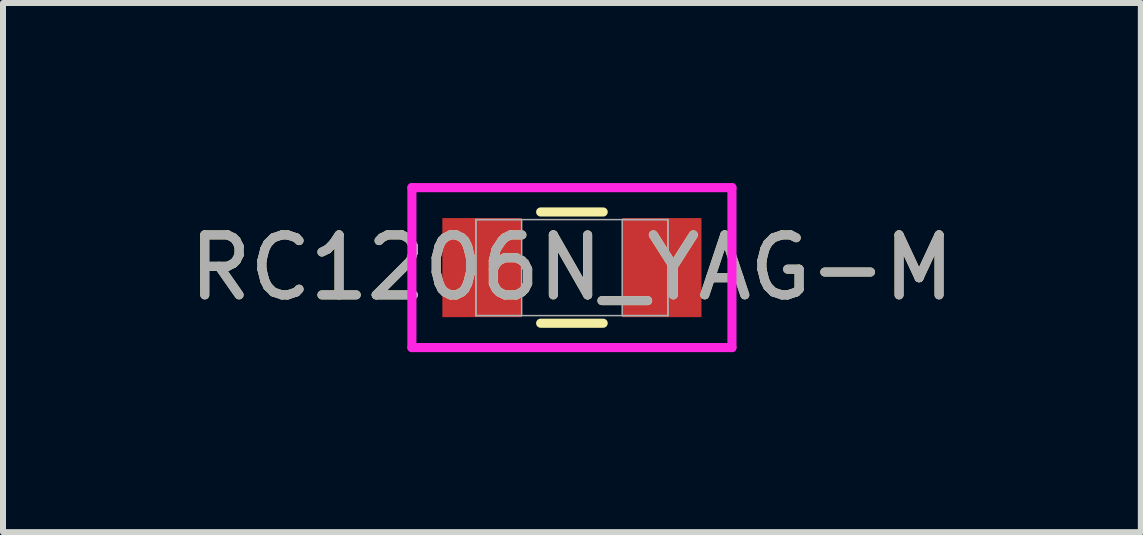
<source format=kicad_pcb>
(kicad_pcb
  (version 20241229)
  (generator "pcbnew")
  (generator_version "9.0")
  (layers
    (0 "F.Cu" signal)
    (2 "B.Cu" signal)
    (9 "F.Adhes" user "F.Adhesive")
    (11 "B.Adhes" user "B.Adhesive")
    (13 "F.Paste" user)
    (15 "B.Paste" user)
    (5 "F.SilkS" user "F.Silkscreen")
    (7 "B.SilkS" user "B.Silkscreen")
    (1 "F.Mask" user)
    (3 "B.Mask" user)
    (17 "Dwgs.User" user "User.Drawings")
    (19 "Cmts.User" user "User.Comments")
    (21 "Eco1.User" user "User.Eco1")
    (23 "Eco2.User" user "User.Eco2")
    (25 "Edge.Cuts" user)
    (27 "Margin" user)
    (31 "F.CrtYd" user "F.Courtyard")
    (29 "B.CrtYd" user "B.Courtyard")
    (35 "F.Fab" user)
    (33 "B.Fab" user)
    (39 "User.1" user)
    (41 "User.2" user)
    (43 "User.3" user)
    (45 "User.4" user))
  (footprint "RC1206N_YAG-M"
    (layer "F.Cu")
    (at 6.482 1.41)
    (property "Reference" "RC1206N_YAG-M" (at 0 0 0) (unlocked yes) (layer "F.SilkS") (effects (font (size 1 1) (thickness 0.15))))
    (attr smd)
    (fp_line (start -0.521 0.927) (end 0.521 0.927) (stroke (width 0.152) (type solid)) (layer "F.SilkS"))
    (fp_line (start 0.521 -0.927) (end -0.521 -0.927) (stroke (width 0.152) (type solid)) (layer "F.SilkS"))
    (fp_line (start -2.667 -1.333) (end 2.667 -1.333) (stroke (width 0.152) (type solid)) (layer "F.CrtYd"))
    (fp_line (start -2.667 1.333) (end -2.667 -1.333) (stroke (width 0.152) (type solid)) (layer "F.CrtYd"))
    (fp_line (start 2.667 -1.333) (end 2.667 1.333) (stroke (width 0.152) (type solid)) (layer "F.CrtYd"))
    (fp_line (start 2.667 1.333) (end -2.667 1.333) (stroke (width 0.152) (type solid)) (layer "F.CrtYd"))
    (fp_line (start -1.6 -0.8) (end -1.6 0.8) (stroke (width 0.025) (type solid)) (layer "F.Fab"))
    (fp_line (start -1.6 -0.8) (end -1.6 0.8) (stroke (width 0.025) (type solid)) (layer "F.Fab"))
    (fp_line (start -1.6 0.8) (end -0.838 0.8) (stroke (width 0.025) (type solid)) (layer "F.Fab"))
    (fp_line (start -1.6 0.8) (end 1.6 0.8) (stroke (width 0.025) (type solid)) (layer "F.Fab"))
    (fp_line (start -0.838 -0.8) (end -1.6 -0.8) (stroke (width 0.025) (type solid)) (layer "F.Fab"))
    (fp_line (start -0.838 0.8) (end -0.838 -0.8) (stroke (width 0.025) (type solid)) (layer "F.Fab"))
    (fp_line (start 0.838 -0.8) (end 0.838 0.8) (stroke (width 0.025) (type solid)) (layer "F.Fab"))
    (fp_line (start 0.838 0.8) (end 1.6 0.8) (stroke (width 0.025) (type solid)) (layer "F.Fab"))
    (fp_line (start 1.6 -0.8) (end -1.6 -0.8) (stroke (width 0.025) (type solid)) (layer "F.Fab"))
    (fp_line (start 1.6 -0.8) (end 0.838 -0.8) (stroke (width 0.025) (type solid)) (layer "F.Fab"))
    (fp_line (start 1.6 0.8) (end 1.6 -0.8) (stroke (width 0.025) (type solid)) (layer "F.Fab"))
    (fp_line (start 1.6 0.8) (end 1.6 -0.8) (stroke (width 0.025) (type solid)) (layer "F.Fab"))
    (fp_text user "${REFERENCE}" (at 0 0 0) (unlocked yes) (layer "F.Fab") (effects (font (size 1 1) (thickness 0.15))))
    (pad "1" smd rect (at -1.499 0) (size 1.321 1.651) (layers "F.Cu" "F.Mask" "F.Paste"))
    (pad "2" smd rect (at 1.499 0) (size 1.321 1.651) (layers "F.Cu" "F.Mask" "F.Paste"))
    (zone (net_name "") (layer "F.Cu") (hatch full 0.508) (connect_pads) (min_thickness 0.254) (filled_areas_thickness no) (keepout (tracks not_allowed) (vias not_allowed) (pads allowed) (copperpour not_allowed) (footprints allowed)) (placement (enabled no)) (fill) (polygon (pts (xy 5.695 0.66) (xy 7.27 0.66) (xy 7.27 2.159) (xy 5.695 2.159)))))
  (gr_rect
    (start -3 -3)
    (end 15.964 5.819)
    (stroke (width 0.1) (type default))
    (fill no)
    (layer "Edge.Cuts")))
</source>
